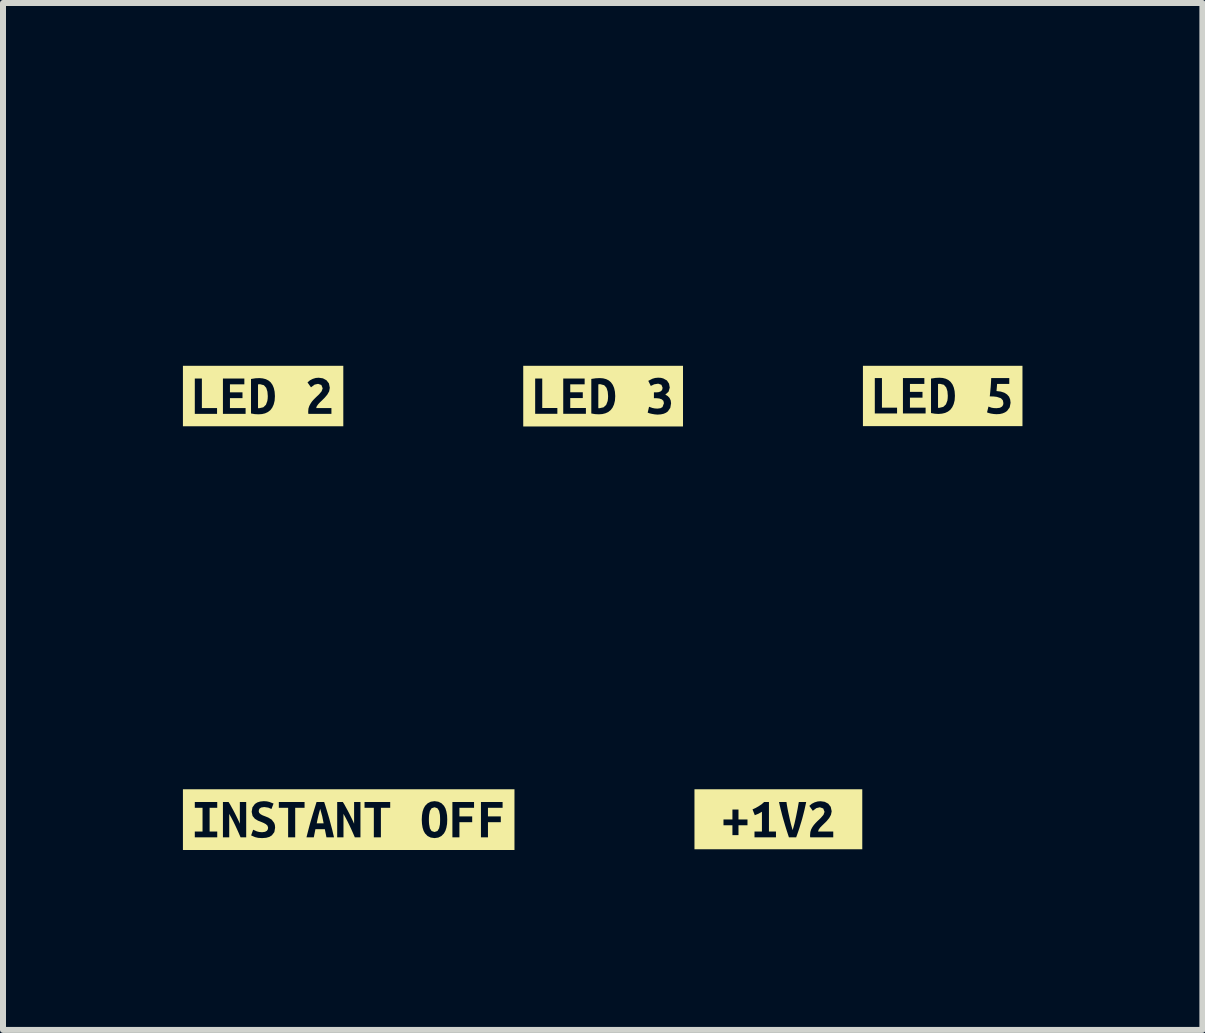
<source format=kicad_pcb>
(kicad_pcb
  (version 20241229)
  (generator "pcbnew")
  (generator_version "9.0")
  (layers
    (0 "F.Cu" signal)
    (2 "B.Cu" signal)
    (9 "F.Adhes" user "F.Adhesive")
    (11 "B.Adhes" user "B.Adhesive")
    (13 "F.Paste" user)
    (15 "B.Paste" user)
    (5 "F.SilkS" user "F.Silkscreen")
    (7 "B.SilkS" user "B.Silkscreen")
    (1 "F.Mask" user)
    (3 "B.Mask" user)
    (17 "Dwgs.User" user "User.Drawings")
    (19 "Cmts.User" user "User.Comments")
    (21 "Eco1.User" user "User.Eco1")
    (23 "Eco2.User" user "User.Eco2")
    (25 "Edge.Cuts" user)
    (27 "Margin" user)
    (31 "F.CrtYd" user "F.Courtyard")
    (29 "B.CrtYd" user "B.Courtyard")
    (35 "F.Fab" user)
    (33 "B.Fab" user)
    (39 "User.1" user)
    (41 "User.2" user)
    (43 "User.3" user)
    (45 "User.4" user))
  (footprint "kibuzzard-6596D52E"
    (layer "F.Cu")
    (at 2.764 10.616)
    (property "Reference" "kibuzzard-6596D52E" (at 0 -3.554 0) (layer "F.SilkS") (effects (font (size 0.001 0.001) (thickness 0.15))))
    (attr board_only exclude_from_pos_files exclude_from_bom)
    (fp_poly (pts (xy -0.475 -0.18) (xy -0.493 -0.117) (xy -0.508 -0.058) (xy -0.521 0.001) (xy -0.533 0.062) (xy -0.418 0.062) (xy -0.43 0.001) (xy -0.442 -0.058) (xy -0.458 -0.117) (xy -0.475 -0.18)) (stroke (width 0) (type solid)) (fill yes) (layer "F.SilkS"))
    (fp_poly (pts (xy 1.337 0) (xy 1.338 0.042) (xy 1.341 0.08) (xy 1.354 0.146) (xy 1.382 0.19) (xy 1.431 0.206) (xy 1.479 0.19) (xy 1.507 0.145) (xy 1.521 0.08) (xy 1.523 0.041) (xy 1.524 0) (xy 1.523 -0.042) (xy 1.521 -0.08) (xy 1.507 -0.146) (xy 1.479 -0.19) (xy 1.431 -0.206) (xy 1.382 -0.19) (xy 1.354 -0.145) (xy 1.341 -0.08) (xy 1.338 -0.041) (xy 1.337 0)) (stroke (width 0) (type solid)) (fill yes) (layer "F.SilkS"))
    (fp_poly (pts (xy -2.566 -0.506) (xy -2.764 -0.506) (xy -2.764 0.506) (xy -2.566 0.506) (xy -2.566 0.295) (xy -2.566 0.198) (xy -2.437 0.198) (xy -2.437 -0.197) (xy -2.566 -0.197) (xy -2.566 -0.294) (xy -2.192 -0.294) (xy -2.192 -0.197) (xy -2.319 -0.197) (xy -2.319 0.198) (xy -2.192 0.198) (xy -2.192 0.295) (xy -2.566 0.295) (xy -2.566 0.506) (xy -1.803 0.506) (xy -1.803 0.295) (xy -1.831 0.23) (xy -1.86 0.165) (xy -1.89 0.1) (xy -1.922 0.034) (xy -1.956 -0.031) (xy -1.992 -0.096) (xy -1.992 0.295) (xy -2.097 0.295) (xy -2.097 -0.294) (xy -2.003 -0.294) (xy -1.976 -0.251) (xy -1.95 -0.203) (xy -1.923 -0.154) (xy -1.898 -0.106) (xy -1.874 -0.058) (xy -1.851 -0.011) (xy -1.831 0.031) (xy -1.815 0.069) (xy -1.815 -0.294) (xy -1.709 -0.294) (xy -1.709 0.295) (xy -1.803 0.295) (xy -1.803 0.506) (xy -1.444 0.506) (xy -1.444 0.308) (xy -1.51 0.304) (xy -1.561 0.292) (xy -1.627 0.263) (xy -1.593 0.168) (xy -1.531 0.196) (xy -1.491 0.206) (xy -1.444 0.21) (xy -1.395 0.203) (xy -1.364 0.186) (xy -1.348 0.161) (xy -1.344 0.133) (xy -1.354 0.101) (xy -1.381 0.076) (xy -1.417 0.056) (xy -1.457 0.039) (xy -1.513 0.017) (xy -1.564 -0.014) (xy -1.603 -0.061) (xy -1.618 -0.131) (xy -1.605 -0.205) (xy -1.564 -0.261) (xy -1.524 -0.287) (xy -1.475 -0.302) (xy -1.416 -0.308) (xy -1.366 -0.305) (xy -1.322 -0.295) (xy -1.253 -0.268) (xy -1.288 -0.177) (xy -1.341 -0.2) (xy -1.408 -0.21) (xy -1.46 -0.202) (xy -1.491 -0.179) (xy -1.501 -0.142) (xy -1.492 -0.112) (xy -1.467 -0.089) (xy -1.434 -0.071) (xy -1.397 -0.057) (xy -1.34 -0.034) (xy -1.284 0.000476) (xy -1.243 0.054) (xy -1.231 0.09) (xy -1.227 0.134) (xy -1.24 0.208) (xy -1.281 0.262) (xy -1.323 0.288) (xy -1.377 0.303) (xy -1.444 0.308) (xy -1.444 0.506) (xy -0.892 0.506) (xy -0.892 0.295) (xy -1.01 0.295) (xy -1.01 -0.197) (xy -1.165 -0.197) (xy -1.165 -0.294) (xy -0.736 -0.294) (xy -0.736 -0.197) (xy -0.892 -0.197) (xy -0.892 0.295) (xy -0.892 0.506) (xy -0.371 0.506) (xy -0.371 0.295) (xy -0.398 0.159) (xy -0.555 0.159) (xy -0.582 0.295) (xy -0.704 0.295) (xy -0.687 0.227) (xy -0.67 0.161) (xy -0.653 0.097) (xy -0.636 0.036) (xy -0.619 -0.022) (xy -0.598 -0.093) (xy -0.577 -0.162) (xy -0.556 -0.229) (xy -0.536 -0.294) (xy -0.409 -0.294) (xy -0.388 -0.229) (xy -0.367 -0.161) (xy -0.346 -0.091) (xy -0.325 -0.02) (xy -0.309 0.04) (xy -0.293 0.101) (xy -0.276 0.164) (xy -0.261 0.228) (xy -0.245 0.295) (xy -0.371 0.295) (xy -0.371 0.506) (xy 0.102 0.506) (xy 0.102 0.295) (xy 0.074 0.23) (xy 0.045 0.165) (xy 0.015 0.1) (xy -0.017 0.034) (xy -0.051 -0.031) (xy -0.087 -0.096) (xy -0.087 0.295) (xy -0.192 0.295) (xy -0.192 -0.294) (xy -0.098 -0.294) (xy -0.071 -0.251) (xy -0.045 -0.203) (xy -0.018 -0.154) (xy 0.007 -0.106) (xy 0.031 -0.058) (xy 0.054 -0.011) (xy 0.074 0.031) (xy 0.09 0.069) (xy 0.09 -0.294) (xy 0.196 -0.294) (xy 0.196 0.295) (xy 0.102 0.295) (xy 0.102 0.506) (xy 0.537 0.506) (xy 0.537 0.295) (xy 0.419 0.295) (xy 0.419 -0.197) (xy 0.264 -0.197) (xy 0.264 -0.294) (xy 0.692 -0.294) (xy 0.692 -0.197) (xy 0.537 -0.197) (xy 0.537 0.295) (xy 0.537 0.506) (xy 1.432 0.506) (xy 1.432 0.308) (xy 1.368 0.299) (xy 1.315 0.273) (xy 1.273 0.23) (xy 1.249 0.187) (xy 1.232 0.134) (xy 1.222 0.072) (xy 1.218 0) (xy 1.222 -0.072) (xy 1.232 -0.134) (xy 1.25 -0.187) (xy 1.274 -0.23) (xy 1.317 -0.273) (xy 1.369 -0.299) (xy 1.431 -0.308) (xy 1.494 -0.299) (xy 1.547 -0.273) (xy 1.589 -0.23) (xy 1.613 -0.187) (xy 1.629 -0.134) (xy 1.64 -0.072) (xy 1.643 0) (xy 1.64 0.072) (xy 1.629 0.134) (xy 1.612 0.187) (xy 1.588 0.23) (xy 1.546 0.273) (xy 1.494 0.299) (xy 1.432 0.308) (xy 1.432 0.506) (xy 1.729 0.506) (xy 1.729 0.295) (xy 1.729 -0.294) (xy 2.09 -0.294) (xy 2.09 -0.197) (xy 1.846 -0.197) (xy 1.846 -0.054) (xy 2.059 -0.054) (xy 2.059 0.043) (xy 1.846 0.043) (xy 1.846 0.295) (xy 1.729 0.295) (xy 1.729 0.506) (xy 2.205 0.506) (xy 2.205 0.295) (xy 2.205 -0.294) (xy 2.566 -0.294) (xy 2.566 -0.197) (xy 2.322 -0.197) (xy 2.322 -0.054) (xy 2.536 -0.054) (xy 2.536 0.043) (xy 2.322 0.043) (xy 2.322 0.295) (xy 2.205 0.295) (xy 2.205 0.506) (xy 2.566 0.506) (xy 2.764 0.506) (xy 2.764 -0.506) (xy 2.566 -0.506) (xy -2.566 -0.506)) (stroke (width 0) (type solid)) (fill yes) (layer "F.SilkS")))
  (footprint "kibuzzard-659809E7"
    (layer "F.Cu")
    (at 9.928 10.61)
    (property "Reference" "kibuzzard-659809E7" (at 0 -3.548 0) (layer "F.SilkS") (effects (font (size 0.001 0.001) (thickness 0.15))))
    (attr board_only exclude_from_pos_files exclude_from_bom)
    (fp_poly (pts (xy -1.201 -0.5) (xy -1.399 -0.5) (xy -1.399 0.5) (xy -1.201 0.5) (xy -0.665 0.5) (xy -0.665 0.265) (xy -0.766 0.265) (xy -0.766 0.1) (xy -0.915 0.1) (xy -0.915 0.003) (xy -0.766 0.003) (xy -0.766 -0.162) (xy -0.665 -0.162) (xy -0.665 0.003) (xy -0.515 0.003) (xy -0.515 0.1) (xy -0.665 0.1) (xy -0.665 0.265) (xy -0.665 0.5) (xy -0.04 0.5) (xy -0.04 0.301) (xy -0.398 0.301) (xy -0.398 0.204) (xy -0.274 0.204) (xy -0.274 -0.125) (xy -0.335 -0.091) (xy -0.393 -0.068) (xy -0.431 -0.165) (xy -0.382 -0.187) (xy -0.329 -0.217) (xy -0.278 -0.251) (xy -0.237 -0.288) (xy -0.157 -0.288) (xy -0.157 0.204) (xy -0.04 0.204) (xy -0.04 0.301) (xy -0.04 0.5) (xy 0.176 0.5) (xy 0.176 0.301) (xy 0.153 0.231) (xy 0.128 0.153) (xy 0.111 0.098) (xy 0.095 0.043) (xy 0.079 -0.012) (xy 0.064 -0.066) (xy 0.051 -0.118) (xy 0.038 -0.168) (xy 0.022 -0.235) (xy 0.011 -0.288) (xy 0.135 -0.288) (xy 0.142 -0.239) (xy 0.152 -0.182) (xy 0.164 -0.12) (xy 0.178 -0.057) (xy 0.192 0.007) (xy 0.207 0.07) (xy 0.223 0.129) (xy 0.238 0.181) (xy 0.253 0.129) (xy 0.269 0.07) (xy 0.283 0.008) (xy 0.297 -0.056) (xy 0.31 -0.12) (xy 0.322 -0.181) (xy 0.332 -0.239) (xy 0.341 -0.288) (xy 0.464 -0.288) (xy 0.451 -0.228) (xy 0.436 -0.16) (xy 0.418 -0.088) (xy 0.398 -0.012) (xy 0.383 0.04) (xy 0.367 0.092) (xy 0.351 0.146) (xy 0.333 0.199) (xy 0.315 0.251) (xy 0.297 0.301) (xy 0.176 0.301) (xy 0.176 0.5) (xy 0.915 0.5) (xy 0.915 0.301) (xy 0.531 0.301) (xy 0.528 0.278) (xy 0.529 0.258) (xy 0.533 0.212) (xy 0.546 0.17) (xy 0.566 0.132) (xy 0.591 0.096) (xy 0.619 0.064) (xy 0.649 0.033) (xy 0.679 0.005) (xy 0.707 -0.022) (xy 0.752 -0.074) (xy 0.77 -0.124) (xy 0.748 -0.18) (xy 0.692 -0.2) (xy 0.634 -0.186) (xy 0.574 -0.141) (xy 0.516 -0.223) (xy 0.557 -0.258) (xy 0.604 -0.282) (xy 0.654 -0.297) (xy 0.704 -0.301) (xy 0.773 -0.291) (xy 0.832 -0.26) (xy 0.873 -0.207) (xy 0.889 -0.133) (xy 0.877 -0.074) (xy 0.847 -0.02) (xy 0.804 0.032) (xy 0.755 0.08) (xy 0.727 0.107) (xy 0.696 0.139) (xy 0.672 0.173) (xy 0.662 0.204) (xy 0.915 0.204) (xy 0.915 0.301) (xy 0.915 0.5) (xy 1.201 0.5) (xy 1.399 0.5) (xy 1.399 -0.5) (xy 1.201 -0.5) (xy -1.201 -0.5)) (stroke (width 0) (type solid)) (fill yes) (layer "F.SilkS")))
  (footprint "kibuzzard-6596C33F"
    (layer "F.Cu")
    (at 1.337 3.553)
    (property "Reference" "kibuzzard-6596C33F" (at 0 -3.552 0) (layer "F.SilkS") (effects (font (size 0.001 0.001) (thickness 0.15))))
    (attr board_only exclude_from_pos_files exclude_from_bom)
    (fp_poly (pts (xy -0.085 0.202) (xy -0.075 0.203) (xy -0.064 0.203) (xy 0.003 0.188) (xy 0.047 0.146) (xy 0.07 0.083) (xy 0.076 0.044) (xy 0.078 0.002) (xy 0.072 -0.072) (xy 0.052 -0.136) (xy 0.013 -0.18) (xy -0.051 -0.197) (xy -0.068 -0.196) (xy -0.085 -0.194) (xy -0.085 0.202)) (stroke (width 0) (type solid)) (fill yes) (layer "F.SilkS"))
    (fp_poly (pts (xy -1.139 -0.504) (xy -1.337 -0.504) (xy -1.337 0.504) (xy -1.139 0.504) (xy -0.768 0.504) (xy -0.768 0.298) (xy -1.139 0.298) (xy -1.139 -0.292) (xy -1.021 -0.292) (xy -1.021 0.201) (xy -0.768 0.201) (xy -0.768 0.298) (xy -0.768 0.504) (xy -0.67 0.504) (xy -0.67 0.298) (xy -0.67 -0.292) (xy -0.313 -0.292) (xy -0.313 -0.195) (xy -0.553 -0.195) (xy -0.553 -0.062) (xy -0.344 -0.062) (xy -0.344 0.035) (xy -0.553 0.035) (xy -0.553 0.201) (xy -0.292 0.201) (xy -0.292 0.298) (xy -0.67 0.298) (xy -0.67 0.504) (xy -0.077 0.504) (xy -0.077 0.305) (xy -0.138 0.302) (xy -0.202 0.291) (xy -0.202 -0.284) (xy -0.127 -0.296) (xy -0.061 -0.299) (xy -0.006 -0.294) (xy 0.045 -0.281) (xy 0.089 -0.259) (xy 0.126 -0.228) (xy 0.156 -0.186) (xy 0.178 -0.134) (xy 0.192 -0.072) (xy 0.197 0.002) (xy 0.192 0.078) (xy 0.176 0.142) (xy 0.152 0.194) (xy 0.12 0.236) (xy 0.08 0.267) (xy 0.033 0.289) (xy -0.019 0.301) (xy -0.077 0.305) (xy -0.077 0.504) (xy 1.139 0.504) (xy 1.139 0.298) (xy 0.754 0.298) (xy 0.752 0.274) (xy 0.752 0.254) (xy 0.756 0.208) (xy 0.77 0.166) (xy 0.79 0.128) (xy 0.814 0.092) (xy 0.842 0.06) (xy 0.872 0.03) (xy 0.902 0.001) (xy 0.931 -0.026) (xy 0.975 -0.078) (xy 0.993 -0.128) (xy 0.971 -0.184) (xy 0.916 -0.203) (xy 0.858 -0.19) (xy 0.798 -0.145) (xy 0.74 -0.227) (xy 0.781 -0.262) (xy 0.828 -0.286) (xy 0.878 -0.301) (xy 0.927 -0.305) (xy 0.997 -0.295) (xy 1.056 -0.263) (xy 1.097 -0.211) (xy 1.112 -0.137) (xy 1.101 -0.078) (xy 1.07 -0.023) (xy 1.027 0.028) (xy 0.979 0.076) (xy 0.95 0.103) (xy 0.92 0.135) (xy 0.895 0.169) (xy 0.885 0.201) (xy 1.139 0.201) (xy 1.139 0.298) (xy 1.139 0.504) (xy 1.337 0.504) (xy 1.337 -0.504) (xy 1.139 -0.504) (xy -1.139 -0.504)) (stroke (width 0) (type solid)) (fill yes) (layer "F.SilkS")))
  (footprint "kibuzzard-6596C359"
    (layer "F.Cu")
    (at 12.668 3.552)
    (property "Reference" "kibuzzard-6596C359" (at 0 -3.551 0) (layer "F.SilkS") (effects (font (size 0.001 0.001) (thickness 0.15))))
    (attr board_only exclude_from_pos_files exclude_from_bom)
    (fp_poly (pts (xy -0.078 0.197) (xy -0.068 0.198) (xy -0.057 0.198) (xy 0.01 0.182) (xy 0.054 0.14) (xy 0.078 0.077) (xy 0.083 0.039) (xy 0.085 -0.003) (xy 0.079 -0.078) (xy 0.059 -0.141) (xy 0.02 -0.186) (xy -0.044 -0.202) (xy -0.061 -0.202) (xy -0.078 -0.2) (xy -0.078 0.197)) (stroke (width 0) (type solid)) (fill yes) (layer "F.SilkS"))
    (fp_poly (pts (xy -1.132 -0.503) (xy -1.33 -0.503) (xy -1.33 0.503) (xy -1.132 0.503) (xy -0.761 0.503) (xy -0.761 0.292) (xy -1.132 0.292) (xy -1.132 -0.298) (xy -1.013 -0.298) (xy -1.013 0.195) (xy -0.761 0.195) (xy -0.761 0.292) (xy -0.761 0.503) (xy -0.663 0.503) (xy -0.663 0.292) (xy -0.663 -0.298) (xy -0.306 -0.298) (xy -0.306 -0.201) (xy -0.546 -0.201) (xy -0.546 -0.068) (xy -0.337 -0.068) (xy -0.337 0.029) (xy -0.546 0.029) (xy -0.546 0.195) (xy -0.285 0.195) (xy -0.285 0.292) (xy -0.663 0.292) (xy -0.663 0.503) (xy -0.07 0.503) (xy -0.07 0.3) (xy -0.131 0.296) (xy -0.195 0.285) (xy -0.195 -0.29) (xy -0.12 -0.301) (xy -0.054 -0.304) (xy 0.001 -0.3) (xy 0.052 -0.287) (xy 0.096 -0.265) (xy 0.133 -0.233) (xy 0.163 -0.192) (xy 0.185 -0.14) (xy 0.199 -0.078) (xy 0.204 -0.003) (xy 0.199 0.073) (xy 0.183 0.136) (xy 0.159 0.188) (xy 0.127 0.23) (xy 0.087 0.261) (xy 0.04 0.283) (xy -0.012 0.295) (xy -0.07 0.3) (xy -0.07 0.503) (xy 0.898 0.503) (xy 0.898 0.304) (xy 0.852 0.301) (xy 0.806 0.294) (xy 0.766 0.284) (xy 0.739 0.274) (xy 0.763 0.177) (xy 0.816 0.196) (xy 0.853 0.202) (xy 0.897 0.204) (xy 0.954 0.197) (xy 0.989 0.177) (xy 1.007 0.15) (xy 1.012 0.119) (xy 1.003 0.073) (xy 0.971 0.038) (xy 0.902 0.015) (xy 0.85 0.009) (xy 0.785 0.007) (xy 0.793 -0.072) (xy 0.8 -0.15) (xy 0.805 -0.225) (xy 0.809 -0.298) (xy 1.11 -0.298) (xy 1.11 -0.201) (xy 0.907 -0.201) (xy 0.902 -0.137) (xy 0.897 -0.082) (xy 0.969 -0.073) (xy 1.028 -0.054) (xy 1.073 -0.025) (xy 1.106 0.012) (xy 1.125 0.059) (xy 1.132 0.114) (xy 1.117 0.19) (xy 1.073 0.25) (xy 1.04 0.273) (xy 1 0.29) (xy 0.953 0.301) (xy 0.898 0.304) (xy 0.898 0.503) (xy 1.132 0.503) (xy 1.33 0.503) (xy 1.33 -0.503) (xy 1.132 -0.503) (xy -1.132 -0.503)) (stroke (width 0) (type solid)) (fill yes) (layer "F.SilkS")))
  (footprint "kibuzzard-6596C348"
    (layer "F.Cu")
    (at 7.006 3.555)
    (property "Reference" "kibuzzard-6596C348" (at 0 -3.554 0) (layer "F.SilkS") (effects (font (size 0.001 0.001) (thickness 0.15))))
    (attr board_only exclude_from_pos_files exclude_from_bom)
    (fp_poly (pts (xy -0.08 0.2) (xy -0.07 0.201) (xy -0.059 0.201) (xy 0.008 0.186) (xy 0.052 0.144) (xy 0.076 0.08) (xy 0.081 0.042) (xy 0.083 0) (xy 0.077 -0.074) (xy 0.057 -0.138) (xy 0.018 -0.182) (xy -0.046 -0.199) (xy -0.063 -0.199) (xy -0.08 -0.196) (xy -0.08 0.2)) (stroke (width 0) (type solid)) (fill yes) (layer "F.SilkS"))
    (fp_poly (pts (xy -1.133 -0.506) (xy -1.332 -0.506) (xy -1.332 0.506) (xy -1.133 0.506) (xy -0.763 0.506) (xy -0.763 0.295) (xy -1.133 0.295) (xy -1.133 -0.294) (xy -1.015 -0.294) (xy -1.015 0.198) (xy -0.763 0.198) (xy -0.763 0.295) (xy -0.763 0.506) (xy -0.665 0.506) (xy -0.665 0.295) (xy -0.665 -0.294) (xy -0.308 -0.294) (xy -0.308 -0.197) (xy -0.548 -0.197) (xy -0.548 -0.065) (xy -0.339 -0.065) (xy -0.339 0.032) (xy -0.548 0.032) (xy -0.548 0.198) (xy -0.287 0.198) (xy -0.287 0.295) (xy -0.665 0.295) (xy -0.665 0.506) (xy -0.071 0.506) (xy -0.071 0.303) (xy -0.133 0.3) (xy -0.197 0.289) (xy -0.197 -0.287) (xy -0.122 -0.298) (xy -0.056 -0.301) (xy -0.001 -0.297) (xy 0.05 -0.284) (xy 0.094 -0.262) (xy 0.131 -0.23) (xy 0.161 -0.188) (xy 0.183 -0.137) (xy 0.197 -0.074) (xy 0.202 0) (xy 0.197 0.076) (xy 0.181 0.14) (xy 0.157 0.192) (xy 0.125 0.233) (xy 0.085 0.265) (xy 0.039 0.286) (xy -0.014 0.299) (xy -0.071 0.303) (xy -0.071 0.506) (xy 0.907 0.506) (xy 0.907 0.308) (xy 0.861 0.304) (xy 0.814 0.296) (xy 0.772 0.286) (xy 0.743 0.275) (xy 0.766 0.177) (xy 0.822 0.197) (xy 0.861 0.205) (xy 0.906 0.208) (xy 0.957 0.201) (xy 0.99 0.182) (xy 1.014 0.118) (xy 1.005 0.078) (xy 0.977 0.053) (xy 0.935 0.039) (xy 0.883 0.034) (xy 0.847 0.034) (xy 0.847 -0.063) (xy 0.891 -0.063) (xy 0.927 -0.067) (xy 0.959 -0.079) (xy 0.983 -0.102) (xy 0.992 -0.138) (xy 0.972 -0.189) (xy 0.918 -0.208) (xy 0.852 -0.197) (xy 0.795 -0.17) (xy 0.753 -0.255) (xy 0.822 -0.29) (xy 0.867 -0.303) (xy 0.917 -0.308) (xy 0.964 -0.305) (xy 1.003 -0.295) (xy 1.064 -0.261) (xy 1.099 -0.208) (xy 1.111 -0.142) (xy 1.091 -0.074) (xy 1.037 -0.025) (xy 1.078 -0.001) (xy 1.108 0.031) (xy 1.127 0.072) (xy 1.133 0.12) (xy 1.12 0.195) (xy 1.079 0.255) (xy 1.048 0.277) (xy 1.009 0.294) (xy 0.962 0.304) (xy 0.907 0.308) (xy 0.907 0.506) (xy 1.133 0.506) (xy 1.332 0.506) (xy 1.332 -0.506) (xy 1.133 -0.506) (xy -1.133 -0.506)) (stroke (width 0) (type solid)) (fill yes) (layer "F.SilkS")))
  (gr_rect
    (start -3 -3)
    (end 16.998 14.122)
    (stroke (width 0.1) (type default))
    (fill no)
    (layer "Edge.Cuts")))
</source>
